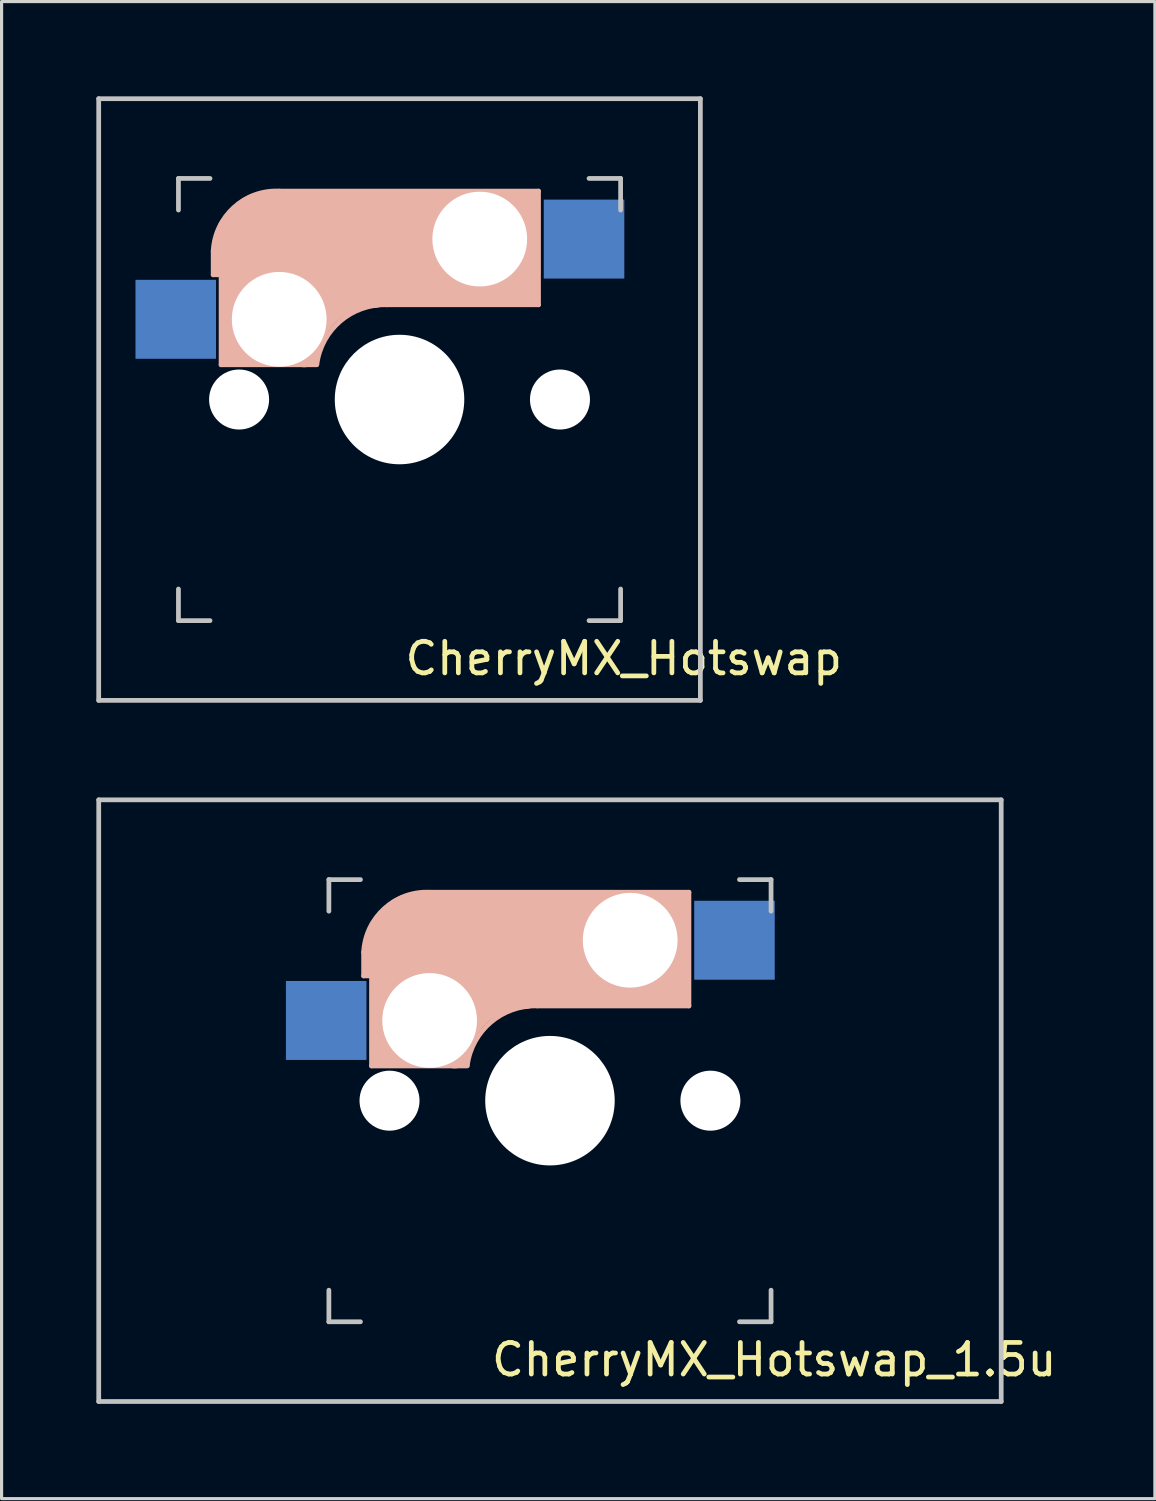
<source format=kicad_pcb>
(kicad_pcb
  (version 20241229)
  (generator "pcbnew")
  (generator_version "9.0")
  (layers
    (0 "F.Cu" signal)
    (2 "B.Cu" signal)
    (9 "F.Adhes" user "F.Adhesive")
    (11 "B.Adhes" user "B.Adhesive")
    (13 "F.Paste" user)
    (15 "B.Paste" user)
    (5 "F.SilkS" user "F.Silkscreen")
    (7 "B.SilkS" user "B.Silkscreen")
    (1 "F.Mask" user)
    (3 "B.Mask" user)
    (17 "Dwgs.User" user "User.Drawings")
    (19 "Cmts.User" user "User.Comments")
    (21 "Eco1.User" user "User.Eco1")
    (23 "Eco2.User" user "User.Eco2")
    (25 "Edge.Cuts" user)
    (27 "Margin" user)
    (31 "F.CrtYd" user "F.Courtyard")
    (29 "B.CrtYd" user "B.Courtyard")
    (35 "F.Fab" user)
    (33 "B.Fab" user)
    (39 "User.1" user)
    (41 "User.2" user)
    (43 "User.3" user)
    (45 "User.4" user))
  (footprint "CherryMX_Hotswap_1.5u"
    (layer "F.Cu")
    (at 14.363 31.8)
    (property "Reference" "CherryMX_Hotswap_1.5u" (at 7.1 8.2 0) (layer "F.SilkS") (effects (font (size 1 1) (thickness 0.15))))
    (fp_line (start -5.9 -4.7) (end -5.9 -3.95) (stroke (width 0.15) (type solid)) (layer "B.SilkS"))
    (fp_line (start -5.9 -3.95) (end -5.7 -3.95) (stroke (width 0.15) (type solid)) (layer "B.SilkS"))
    (fp_line (start -5.8 -4.05) (end -5.8 -4.7) (stroke (width 0.3) (type solid)) (layer "B.SilkS"))
    (fp_line (start -5.65 -5.55) (end -5.65 -1.1) (stroke (width 0.15) (type solid)) (layer "B.SilkS"))
    (fp_line (start -5.65 -1.1) (end -2.62 -1.1) (stroke (width 0.15) (type solid)) (layer "B.SilkS"))
    (fp_line (start -5.45 -1.3) (end -3 -1.3) (stroke (width 0.5) (type solid)) (layer "B.SilkS"))
    (fp_line (start -5.3 -1.6) (end -5.3 -3.4) (stroke (width 0.8) (type solid)) (layer "B.SilkS"))
    (fp_line (start -4.17 -5.1) (end -4.17 -2.86) (stroke (width 3) (type solid)) (layer "B.SilkS"))
    (fp_line (start -0.4 -3) (end 4.4 -3) (stroke (width 0.15) (type solid)) (layer "B.SilkS"))
    (fp_line (start 2.6 -4.8) (end -4.1 -4.8) (stroke (width 3.5) (type solid)) (layer "B.SilkS"))
    (fp_line (start 3.9 -6) (end 3.9 -3.5) (stroke (width 1) (type solid)) (layer "B.SilkS"))
    (fp_line (start 4.2 -3.25) (end 2.9 -3.3) (stroke (width 0.5) (type solid)) (layer "B.SilkS"))
    (fp_line (start 4.25 -6.4) (end 3 -6.4) (stroke (width 0.4) (type solid)) (layer "B.SilkS"))
    (fp_line (start 4.38 -4) (end 4.38 -6.25) (stroke (width 0.15) (type solid)) (layer "B.SilkS"))
    (fp_line (start 4.4 -6.6) (end -3.8 -6.6) (stroke (width 0.15) (type solid)) (layer "B.SilkS"))
    (fp_line (start 4.4 -3) (end 4.4 -6.6) (stroke (width 0.15) (type solid)) (layer "B.SilkS"))
    (fp_arc (start -5.9 -4.699999) (mid -5.243504 -6.084924) (end -3.800001 -6.6) (stroke (width 0.15) (type solid)) (layer "B.SilkS"))
    (fp_arc (start -3.016318 -1.521471) (mid -2.268709 -2.886118) (end -0.8 -3.4) (stroke (width 1) (type solid)) (layer "B.SilkS"))
    (fp_arc (start -2.616318 -1.121471) (mid -1.868709 -2.486118) (end -0.4 -3) (stroke (width 0.15) (type solid)) (layer "B.SilkS"))
    (fp_line (start -14.287 -9.525) (end 14.287 -9.525) (stroke (width 0.15) (type solid)) (layer "Dwgs.User"))
    (fp_line (start -14.287 9.525) (end -14.287 -9.525) (stroke (width 0.15) (type solid)) (layer "Dwgs.User"))
    (fp_line (start -7 -7) (end -6 -7) (stroke (width 0.15) (type solid)) (layer "Dwgs.User"))
    (fp_line (start -7 -6) (end -7 -7) (stroke (width 0.15) (type solid)) (layer "Dwgs.User"))
    (fp_line (start -7 6) (end -7 7) (stroke (width 0.15) (type solid)) (layer "Dwgs.User"))
    (fp_line (start -7 7) (end -6 7) (stroke (width 0.15) (type solid)) (layer "Dwgs.User"))
    (fp_line (start 6 7) (end 7 7) (stroke (width 0.15) (type solid)) (layer "Dwgs.User"))
    (fp_line (start 7 -7) (end 6 -7) (stroke (width 0.15) (type solid)) (layer "Dwgs.User"))
    (fp_line (start 7 -7) (end 7 -6) (stroke (width 0.15) (type solid)) (layer "Dwgs.User"))
    (fp_line (start 7 7) (end 7 6) (stroke (width 0.15) (type solid)) (layer "Dwgs.User"))
    (fp_line (start 14.287 -9.525) (end 14.287 9.525) (stroke (width 0.15) (type solid)) (layer "Dwgs.User"))
    (fp_line (start 14.287 9.525) (end -14.287 9.525) (stroke (width 0.15) (type solid)) (layer "Dwgs.User"))
    (pad "" np_thru_hole circle (at -5.08 0) (size 1.9 1.9) (drill 1.9) (layers "*.Cu" "*.Mask"))
    (pad "" np_thru_hole circle (at -3.81 -2.54) (size 3 3) (drill 3) (layers "*.Cu" "*.Mask"))
    (pad "" np_thru_hole circle (at 0 0 90) (size 4.1 4.1) (drill 4.1) (layers "*.Cu" "*.Mask"))
    (pad "" np_thru_hole circle (at 2.54 -5.08) (size 3 3) (drill 3) (layers "*.Cu" "*.Mask"))
    (pad "" np_thru_hole circle (at 5.08 0) (size 1.9 1.9) (drill 1.9) (layers "*.Cu" "*.Mask"))
    (pad "1" smd rect (at -7.085 -2.54 180) (size 2.55 2.5) (layers "B.Cu" "B.Mask" "B.Paste"))
    (pad "2" smd rect (at 5.842 -5.08 180) (size 2.55 2.5) (layers "B.Cu" "B.Mask" "B.Paste")))
  (footprint "CherryMX_Hotswap"
    (layer "F.Cu")
    (at 9.6 9.6)
    (property "Reference" "CherryMX_Hotswap" (at 7.1 8.2 0) (layer "F.SilkS") (effects (font (size 1 1) (thickness 0.15))))
    (fp_line (start -5.9 -4.7) (end -5.9 -3.95) (stroke (width 0.15) (type solid)) (layer "B.SilkS"))
    (fp_line (start -5.9 -3.95) (end -5.7 -3.95) (stroke (width 0.15) (type solid)) (layer "B.SilkS"))
    (fp_line (start -5.8 -4.05) (end -5.8 -4.7) (stroke (width 0.3) (type solid)) (layer "B.SilkS"))
    (fp_line (start -5.65 -5.55) (end -5.65 -1.1) (stroke (width 0.15) (type solid)) (layer "B.SilkS"))
    (fp_line (start -5.65 -1.1) (end -2.62 -1.1) (stroke (width 0.15) (type solid)) (layer "B.SilkS"))
    (fp_line (start -5.45 -1.3) (end -3 -1.3) (stroke (width 0.5) (type solid)) (layer "B.SilkS"))
    (fp_line (start -5.3 -1.6) (end -5.3 -3.4) (stroke (width 0.8) (type solid)) (layer "B.SilkS"))
    (fp_line (start -4.17 -5.1) (end -4.17 -2.86) (stroke (width 3) (type solid)) (layer "B.SilkS"))
    (fp_line (start -0.4 -3) (end 4.4 -3) (stroke (width 0.15) (type solid)) (layer "B.SilkS"))
    (fp_line (start 2.6 -4.8) (end -4.1 -4.8) (stroke (width 3.5) (type solid)) (layer "B.SilkS"))
    (fp_line (start 3.9 -6) (end 3.9 -3.5) (stroke (width 1) (type solid)) (layer "B.SilkS"))
    (fp_line (start 4.2 -3.25) (end 2.9 -3.3) (stroke (width 0.5) (type solid)) (layer "B.SilkS"))
    (fp_line (start 4.25 -6.4) (end 3 -6.4) (stroke (width 0.4) (type solid)) (layer "B.SilkS"))
    (fp_line (start 4.38 -4) (end 4.38 -6.25) (stroke (width 0.15) (type solid)) (layer "B.SilkS"))
    (fp_line (start 4.4 -6.6) (end -3.8 -6.6) (stroke (width 0.15) (type solid)) (layer "B.SilkS"))
    (fp_line (start 4.4 -3) (end 4.4 -6.6) (stroke (width 0.15) (type solid)) (layer "B.SilkS"))
    (fp_arc (start -5.9 -4.699999) (mid -5.243504 -6.084924) (end -3.800001 -6.6) (stroke (width 0.15) (type solid)) (layer "B.SilkS"))
    (fp_arc (start -3.016318 -1.521471) (mid -2.268709 -2.886118) (end -0.8 -3.4) (stroke (width 1) (type solid)) (layer "B.SilkS"))
    (fp_arc (start -2.616318 -1.121471) (mid -1.868709 -2.486118) (end -0.4 -3) (stroke (width 0.15) (type solid)) (layer "B.SilkS"))
    (fp_line (start -9.525 -9.525) (end 9.525 -9.525) (stroke (width 0.15) (type solid)) (layer "Dwgs.User"))
    (fp_line (start -9.525 9.525) (end -9.525 -9.525) (stroke (width 0.15) (type solid)) (layer "Dwgs.User"))
    (fp_line (start -7 -7) (end -6 -7) (stroke (width 0.15) (type solid)) (layer "Dwgs.User"))
    (fp_line (start -7 -6) (end -7 -7) (stroke (width 0.15) (type solid)) (layer "Dwgs.User"))
    (fp_line (start -7 6) (end -7 7) (stroke (width 0.15) (type solid)) (layer "Dwgs.User"))
    (fp_line (start -7 7) (end -6 7) (stroke (width 0.15) (type solid)) (layer "Dwgs.User"))
    (fp_line (start 6 7) (end 7 7) (stroke (width 0.15) (type solid)) (layer "Dwgs.User"))
    (fp_line (start 7 -7) (end 6 -7) (stroke (width 0.15) (type solid)) (layer "Dwgs.User"))
    (fp_line (start 7 -7) (end 7 -6) (stroke (width 0.15) (type solid)) (layer "Dwgs.User"))
    (fp_line (start 7 7) (end 7 6) (stroke (width 0.15) (type solid)) (layer "Dwgs.User"))
    (fp_line (start 9.525 -9.525) (end 9.525 9.525) (stroke (width 0.15) (type solid)) (layer "Dwgs.User"))
    (fp_line (start 9.525 9.525) (end -9.525 9.525) (stroke (width 0.15) (type solid)) (layer "Dwgs.User"))
    (pad "" np_thru_hole circle (at -5.08 0) (size 1.9 1.9) (drill 1.9) (layers "*.Cu" "*.Mask"))
    (pad "" np_thru_hole circle (at -3.81 -2.54) (size 3 3) (drill 3) (layers "*.Cu" "*.Mask"))
    (pad "" np_thru_hole circle (at 0 0 90) (size 4.1 4.1) (drill 4.1) (layers "*.Cu" "*.Mask"))
    (pad "" np_thru_hole circle (at 2.54 -5.08) (size 3 3) (drill 3) (layers "*.Cu" "*.Mask"))
    (pad "" np_thru_hole circle (at 5.08 0) (size 1.9 1.9) (drill 1.9) (layers "*.Cu" "*.Mask"))
    (pad "1" smd rect (at -7.085 -2.54 180) (size 2.55 2.5) (layers "B.Cu" "B.Mask" "B.Paste"))
    (pad "2" smd rect (at 5.842 -5.08 180) (size 2.55 2.5) (layers "B.Cu" "B.Mask" "B.Paste")))
  (gr_rect
    (start -3 -3)
    (end 33.516 44.4)
    (stroke (width 0.1) (type default))
    (fill no)
    (layer "Edge.Cuts")))
</source>
